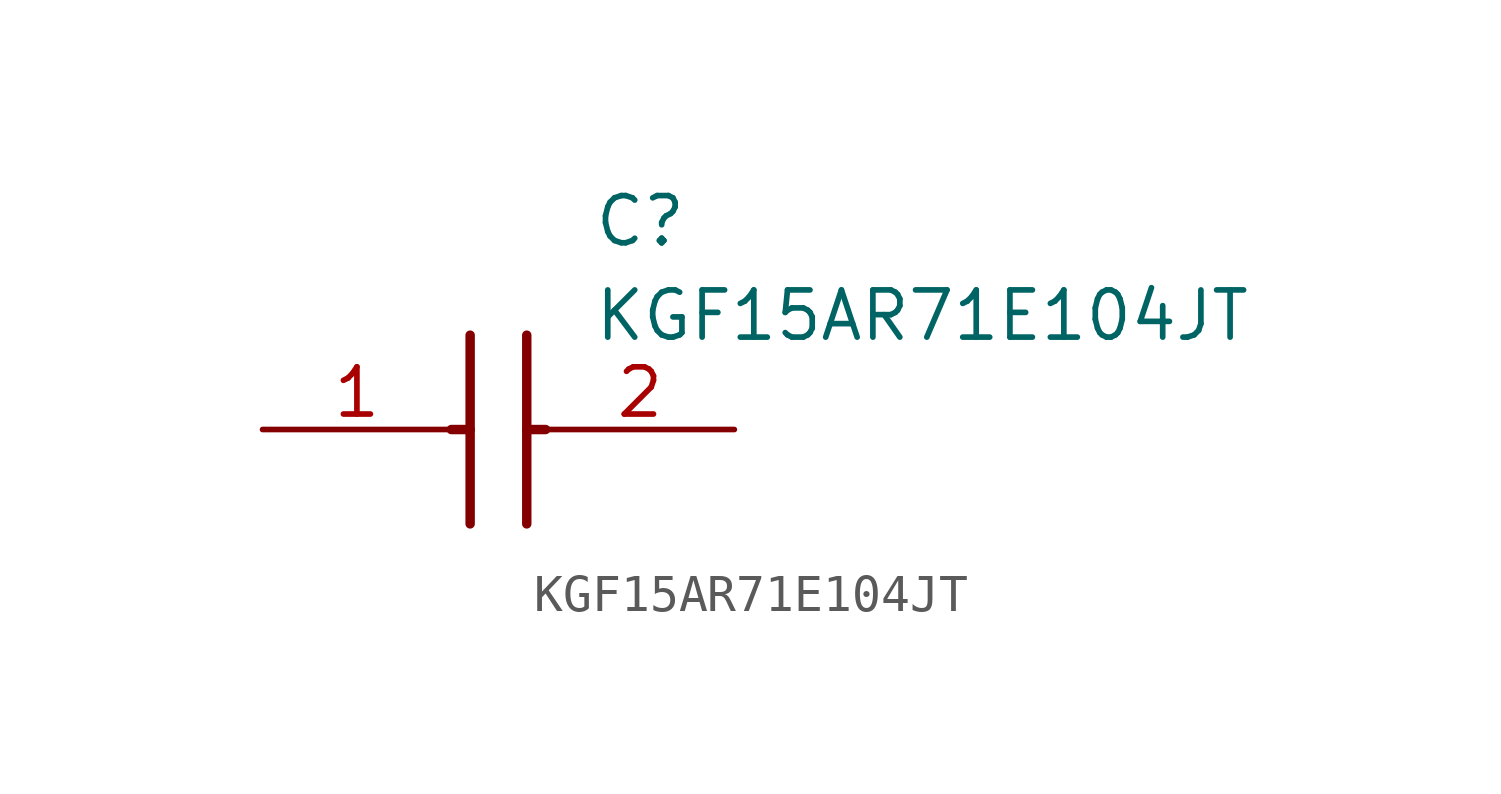
<source format=kicad_sym>
(kicad_symbol_lib
  (version 20211014)
  (generator SamacSys_ECAD_Model)
  (symbol "KGF15AR71E104JT"
    (pin_names hide)
    (property "Reference" "C"
      (at 8.89 6.35 0)
      (effects (font (size 1.27 1.27)) (justify left top)))
    (property "Value" "KGF15AR71E104JT"
      (at 8.89 3.81 0)
      (effects (font (size 1.27 1.27)) (justify left top)))
    (polyline
      (pts (xy 5.588 2.54) (xy 5.588 -2.54))
      (stroke (width 0.254) (type default))
      (fill (type none)))
    (polyline
      (pts (xy 7.112 2.54) (xy 7.112 -2.54))
      (stroke (width 0.254) (type default))
      (fill (type none)))
    (polyline
      (pts (xy 5.08 0) (xy 5.588 0))
      (stroke (width 0.254) (type default))
      (fill (type none)))
    (polyline
      (pts (xy 7.112 0) (xy 7.62 0))
      (stroke (width 0.254) (type default))
      (fill (type none)))
    (pin passive line
      (at 0 0 0)
      (length 5.08)
      (name "1" (effects (font (size 1.27 1.27))))
      (number "1" (effects (font (size 1.27 1.27)))))
    (pin passive line
      (at 12.7 0 180)
      (length 5.08)
      (name "2" (effects (font (size 1.27 1.27))))
      (number "2" (effects (font (size 1.27 1.27)))))))
</source>
